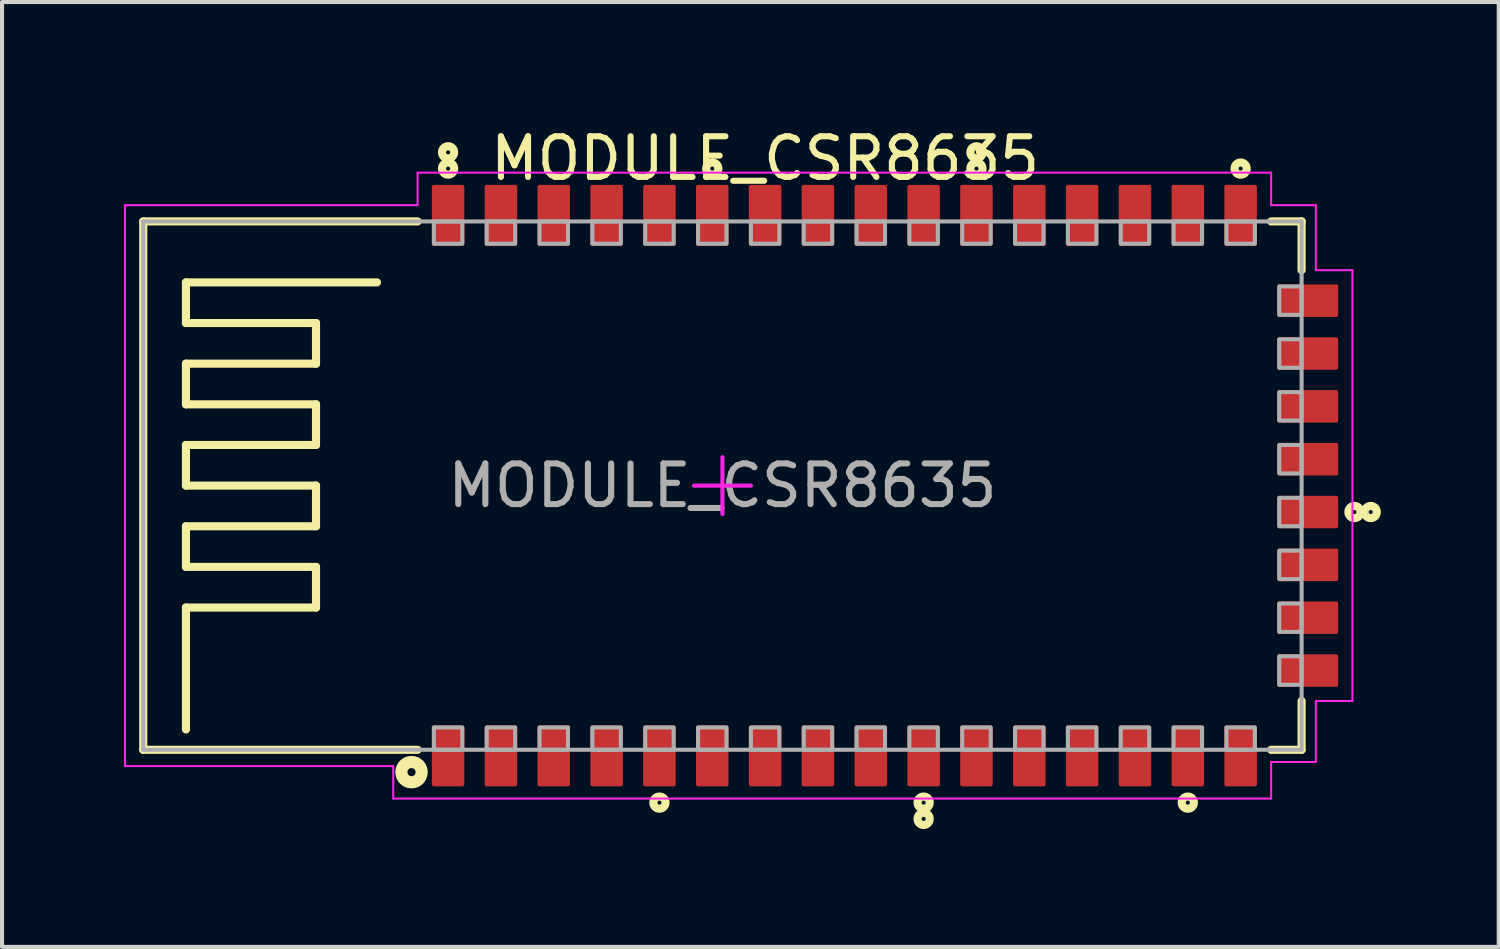
<source format=kicad_pcb>
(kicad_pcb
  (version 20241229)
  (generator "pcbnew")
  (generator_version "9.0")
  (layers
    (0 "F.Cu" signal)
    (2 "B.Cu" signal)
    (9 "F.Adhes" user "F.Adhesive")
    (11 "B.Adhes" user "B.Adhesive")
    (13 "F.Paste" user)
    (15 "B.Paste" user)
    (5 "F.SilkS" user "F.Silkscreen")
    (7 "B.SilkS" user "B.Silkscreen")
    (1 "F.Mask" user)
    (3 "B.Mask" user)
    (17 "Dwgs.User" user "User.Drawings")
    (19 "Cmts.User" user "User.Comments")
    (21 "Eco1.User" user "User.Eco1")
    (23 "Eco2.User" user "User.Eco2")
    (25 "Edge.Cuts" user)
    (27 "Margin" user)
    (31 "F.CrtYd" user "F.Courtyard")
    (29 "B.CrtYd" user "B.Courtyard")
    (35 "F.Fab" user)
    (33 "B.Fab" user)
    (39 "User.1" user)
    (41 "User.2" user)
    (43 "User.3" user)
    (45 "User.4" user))
  (footprint "MODULE_CSR8635"
    (layer "F.Cu")
    (at 14.725 8.898)
    (property "Reference" "MODULE_CSR8635" (at 1.05 -8.05 0) (layer "F.SilkS") (effects (font (size 1 1) (thickness 0.15))))
    (attr through_hole)
    (fp_line (start -14.25 -6.5) (end -7.5 -6.5) (stroke (width 0.2) (type solid)) (layer "F.SilkS"))
    (fp_line (start -14.25 6.5) (end -14.25 -6.5) (stroke (width 0.2) (type solid)) (layer "F.SilkS"))
    (fp_line (start -14.25 6.5) (end -7.5 6.5) (stroke (width 0.2) (type solid)) (layer "F.SilkS"))
    (fp_line (start -13.2 -5) (end -8.5 -5) (stroke (width 0.2) (type solid)) (layer "F.SilkS"))
    (fp_line (start -13.2 -4) (end -13.2 -5) (stroke (width 0.2) (type solid)) (layer "F.SilkS"))
    (fp_line (start -13.2 -3) (end -10 -3) (stroke (width 0.2) (type solid)) (layer "F.SilkS"))
    (fp_line (start -13.2 -2) (end -13.2 -3) (stroke (width 0.2) (type solid)) (layer "F.SilkS"))
    (fp_line (start -13.2 -1) (end -10 -1) (stroke (width 0.2) (type solid)) (layer "F.SilkS"))
    (fp_line (start -13.2 0) (end -13.2 -1) (stroke (width 0.2) (type solid)) (layer "F.SilkS"))
    (fp_line (start -13.2 0) (end -10 0) (stroke (width 0.2) (type solid)) (layer "F.SilkS"))
    (fp_line (start -13.2 1) (end -13.2 2) (stroke (width 0.2) (type solid)) (layer "F.SilkS"))
    (fp_line (start -13.2 2) (end -10 2) (stroke (width 0.2) (type solid)) (layer "F.SilkS"))
    (fp_line (start -13.2 3) (end -13.2 6) (stroke (width 0.2) (type solid)) (layer "F.SilkS"))
    (fp_line (start -10 -4) (end -13.2 -4) (stroke (width 0.2) (type solid)) (layer "F.SilkS"))
    (fp_line (start -10 -3) (end -10 -4) (stroke (width 0.2) (type solid)) (layer "F.SilkS"))
    (fp_line (start -10 -2) (end -13.2 -2) (stroke (width 0.2) (type solid)) (layer "F.SilkS"))
    (fp_line (start -10 -1) (end -10 -2) (stroke (width 0.2) (type solid)) (layer "F.SilkS"))
    (fp_line (start -10 0) (end -10 1) (stroke (width 0.2) (type solid)) (layer "F.SilkS"))
    (fp_line (start -10 1) (end -13.2 1) (stroke (width 0.2) (type solid)) (layer "F.SilkS"))
    (fp_line (start -10 2) (end -10 3) (stroke (width 0.2) (type solid)) (layer "F.SilkS"))
    (fp_line (start -10 3) (end -13.2 3) (stroke (width 0.2) (type solid)) (layer "F.SilkS"))
    (fp_line (start 13.5 -6.5) (end 14.25 -6.5) (stroke (width 0.2) (type solid)) (layer "F.SilkS"))
    (fp_line (start 14.25 -6.5) (end 14.25 -5.3) (stroke (width 0.2) (type solid)) (layer "F.SilkS"))
    (fp_line (start 14.25 6.5) (end 13.5 6.5) (stroke (width 0.2) (type solid)) (layer "F.SilkS"))
    (fp_line (start 14.25 6.5) (end 14.25 5.3) (stroke (width 0.2) (type solid)) (layer "F.SilkS"))
    (fp_circle (center -7.65 7.05) (end -7.55 7.05) (stroke (width 0.3) (type solid)) (fill no) (layer "F.SilkS"))
    (fp_circle (center -6.75 -8.2) (end -6.8 -8.2) (stroke (width 0.2) (type solid)) (fill no) (layer "F.SilkS"))
    (fp_circle (center -6.75 -7.8) (end -6.8 -7.8) (stroke (width 0.2) (type solid)) (fill no) (layer "F.SilkS"))
    (fp_circle (center -1.55 7.8) (end -1.5 7.8) (stroke (width 0.2) (type solid)) (fill no) (layer "F.SilkS"))
    (fp_circle (center -0.25 -7.8) (end -0.3 -7.8) (stroke (width 0.2) (type solid)) (fill no) (layer "F.SilkS"))
    (fp_circle (center 4.95 7.8) (end 5 7.8) (stroke (width 0.2) (type solid)) (fill no) (layer "F.SilkS"))
    (fp_circle (center 4.95 8.2) (end 5 8.2) (stroke (width 0.2) (type solid)) (fill no) (layer "F.SilkS"))
    (fp_circle (center 6.25 -8.2) (end 6.2 -8.2) (stroke (width 0.2) (type solid)) (fill no) (layer "F.SilkS"))
    (fp_circle (center 6.25 -7.8) (end 6.2 -7.8) (stroke (width 0.2) (type solid)) (fill no) (layer "F.SilkS"))
    (fp_circle (center 11.45 7.8) (end 11.5 7.8) (stroke (width 0.2) (type solid)) (fill no) (layer "F.SilkS"))
    (fp_circle (center 12.75 -7.8) (end 12.7 -7.8) (stroke (width 0.2) (type solid)) (fill no) (layer "F.SilkS"))
    (fp_circle (center 15.55 0.65) (end 15.55 0.6) (stroke (width 0.2) (type solid)) (fill no) (layer "F.SilkS"))
    (fp_circle (center 15.95 0.65) (end 15.95 0.6) (stroke (width 0.2) (type solid)) (fill no) (layer "F.SilkS"))
    (fp_line (start -14.7 -6.9) (end -7.5 -6.9) (stroke (width 0.05) (type solid)) (layer "F.CrtYd"))
    (fp_line (start -14.7 6.9) (end -14.7 -6.9) (stroke (width 0.05) (type solid)) (layer "F.CrtYd"))
    (fp_line (start -8.1 6.9) (end -14.7 6.9) (stroke (width 0.05) (type solid)) (layer "F.CrtYd"))
    (fp_line (start -8.1 7.7) (end -8.1 6.9) (stroke (width 0.05) (type solid)) (layer "F.CrtYd"))
    (fp_line (start -7.5 -7.7) (end 13.5 -7.7) (stroke (width 0.05) (type solid)) (layer "F.CrtYd"))
    (fp_line (start -7.5 -6.9) (end -7.5 -7.7) (stroke (width 0.05) (type solid)) (layer "F.CrtYd"))
    (fp_line (start 0 -0.7) (end 0 0.7) (stroke (width 0.1) (type solid)) (layer "F.CrtYd"))
    (fp_line (start 0.7 0) (end -0.7 0) (stroke (width 0.1) (type solid)) (layer "F.CrtYd"))
    (fp_line (start 13.5 -7.7) (end 13.5 -6.9) (stroke (width 0.05) (type solid)) (layer "F.CrtYd"))
    (fp_line (start 13.5 -6.9) (end 14.6 -6.9) (stroke (width 0.05) (type solid)) (layer "F.CrtYd"))
    (fp_line (start 13.5 6.8) (end 13.5 7.7) (stroke (width 0.05) (type solid)) (layer "F.CrtYd"))
    (fp_line (start 13.5 7.7) (end -8.1 7.7) (stroke (width 0.05) (type solid)) (layer "F.CrtYd"))
    (fp_line (start 14.6 -6.9) (end 14.6 -5.3) (stroke (width 0.05) (type solid)) (layer "F.CrtYd"))
    (fp_line (start 14.6 -5.3) (end 15.5 -5.3) (stroke (width 0.05) (type solid)) (layer "F.CrtYd"))
    (fp_line (start 14.6 5.3) (end 14.6 6.8) (stroke (width 0.05) (type solid)) (layer "F.CrtYd"))
    (fp_line (start 14.6 6.8) (end 13.5 6.8) (stroke (width 0.05) (type solid)) (layer "F.CrtYd"))
    (fp_line (start 15.5 -5.3) (end 15.5 5.3) (stroke (width 0.05) (type solid)) (layer "F.CrtYd"))
    (fp_line (start 15.5 5.3) (end 14.6 5.3) (stroke (width 0.05) (type solid)) (layer "F.CrtYd"))
    (fp_line (start -14.25 -6.5) (end -14.25 6.5) (stroke (width 0.1) (type solid)) (layer "F.Fab"))
    (fp_line (start -14.25 -6.5) (end 14.25 -6.5) (stroke (width 0.1) (type solid)) (layer "F.Fab"))
    (fp_line (start -14.25 6.5) (end 14.25 6.5) (stroke (width 0.1) (type solid)) (layer "F.Fab"))
    (fp_line (start 14.25 -6.5) (end 14.25 6.5) (stroke (width 0.1) (type solid)) (layer "F.Fab"))
    (fp_poly (pts (xy -7.1 -5.95) (xy -7.1 -6.5) (xy -6.4 -6.5) (xy -6.4 -5.95)) (stroke (width 0.1) (type solid)) (fill no) (layer "F.Fab"))
    (fp_poly (pts (xy -6.4 5.95) (xy -6.4 6.5) (xy -7.1 6.5) (xy -7.1 5.95)) (stroke (width 0.1) (type solid)) (fill no) (layer "F.Fab"))
    (fp_poly (pts (xy -5.8 -5.95) (xy -5.8 -6.5) (xy -5.1 -6.5) (xy -5.1 -5.95)) (stroke (width 0.1) (type solid)) (fill no) (layer "F.Fab"))
    (fp_poly (pts (xy -5.1 5.95) (xy -5.1 6.5) (xy -5.8 6.5) (xy -5.8 5.95)) (stroke (width 0.1) (type solid)) (fill no) (layer "F.Fab"))
    (fp_poly (pts (xy -4.5 -5.95) (xy -4.5 -6.5) (xy -3.8 -6.5) (xy -3.8 -5.95)) (stroke (width 0.1) (type solid)) (fill no) (layer "F.Fab"))
    (fp_poly (pts (xy -3.8 5.95) (xy -3.8 6.5) (xy -4.5 6.5) (xy -4.5 5.95)) (stroke (width 0.1) (type solid)) (fill no) (layer "F.Fab"))
    (fp_poly (pts (xy -3.2 -5.95) (xy -3.2 -6.5) (xy -2.5 -6.5) (xy -2.5 -5.95)) (stroke (width 0.1) (type solid)) (fill no) (layer "F.Fab"))
    (fp_poly (pts (xy -2.5 5.95) (xy -2.5 6.5) (xy -3.2 6.5) (xy -3.2 5.95)) (stroke (width 0.1) (type solid)) (fill no) (layer "F.Fab"))
    (fp_poly (pts (xy -1.9 -5.95) (xy -1.9 -6.5) (xy -1.2 -6.5) (xy -1.2 -5.95)) (stroke (width 0.1) (type solid)) (fill no) (layer "F.Fab"))
    (fp_poly (pts (xy -1.2 5.95) (xy -1.2 6.5) (xy -1.9 6.5) (xy -1.9 5.95)) (stroke (width 0.1) (type solid)) (fill no) (layer "F.Fab"))
    (fp_poly (pts (xy -0.6 -5.95) (xy -0.6 -6.5) (xy 0.1 -6.5) (xy 0.1 -5.95)) (stroke (width 0.1) (type solid)) (fill no) (layer "F.Fab"))
    (fp_poly (pts (xy 0.1 5.95) (xy 0.1 6.5) (xy -0.6 6.5) (xy -0.6 5.95)) (stroke (width 0.1) (type solid)) (fill no) (layer "F.Fab"))
    (fp_poly (pts (xy 0.7 -5.95) (xy 0.7 -6.5) (xy 1.4 -6.5) (xy 1.4 -5.95)) (stroke (width 0.1) (type solid)) (fill no) (layer "F.Fab"))
    (fp_poly (pts (xy 1.4 5.95) (xy 1.4 6.5) (xy 0.7 6.5) (xy 0.7 5.95)) (stroke (width 0.1) (type solid)) (fill no) (layer "F.Fab"))
    (fp_poly (pts (xy 2 -5.95) (xy 2 -6.5) (xy 2.7 -6.5) (xy 2.7 -5.95)) (stroke (width 0.1) (type solid)) (fill no) (layer "F.Fab"))
    (fp_poly (pts (xy 2.7 5.95) (xy 2.7 6.5) (xy 2 6.5) (xy 2 5.95)) (stroke (width 0.1) (type solid)) (fill no) (layer "F.Fab"))
    (fp_poly (pts (xy 3.3 -5.95) (xy 3.3 -6.5) (xy 4 -6.5) (xy 4 -5.95)) (stroke (width 0.1) (type solid)) (fill no) (layer "F.Fab"))
    (fp_poly (pts (xy 4 5.95) (xy 4 6.5) (xy 3.3 6.5) (xy 3.3 5.95)) (stroke (width 0.1) (type solid)) (fill no) (layer "F.Fab"))
    (fp_poly (pts (xy 4.6 -5.95) (xy 4.6 -6.5) (xy 5.3 -6.5) (xy 5.3 -5.95)) (stroke (width 0.1) (type solid)) (fill no) (layer "F.Fab"))
    (fp_poly (pts (xy 5.3 5.95) (xy 5.3 6.5) (xy 4.6 6.5) (xy 4.6 5.95)) (stroke (width 0.1) (type solid)) (fill no) (layer "F.Fab"))
    (fp_poly (pts (xy 5.9 -5.95) (xy 5.9 -6.5) (xy 6.6 -6.5) (xy 6.6 -5.95)) (stroke (width 0.1) (type solid)) (fill no) (layer "F.Fab"))
    (fp_poly (pts (xy 6.6 5.95) (xy 6.6 6.5) (xy 5.9 6.5) (xy 5.9 5.95)) (stroke (width 0.1) (type solid)) (fill no) (layer "F.Fab"))
    (fp_poly (pts (xy 7.2 -5.95) (xy 7.2 -6.5) (xy 7.9 -6.5) (xy 7.9 -5.95)) (stroke (width 0.1) (type solid)) (fill no) (layer "F.Fab"))
    (fp_poly (pts (xy 7.9 5.95) (xy 7.9 6.5) (xy 7.2 6.5) (xy 7.2 5.95)) (stroke (width 0.1) (type solid)) (fill no) (layer "F.Fab"))
    (fp_poly (pts (xy 8.5 -5.95) (xy 8.5 -6.5) (xy 9.2 -6.5) (xy 9.2 -5.95)) (stroke (width 0.1) (type solid)) (fill no) (layer "F.Fab"))
    (fp_poly (pts (xy 9.2 5.95) (xy 9.2 6.5) (xy 8.5 6.5) (xy 8.5 5.95)) (stroke (width 0.1) (type solid)) (fill no) (layer "F.Fab"))
    (fp_poly (pts (xy 9.8 -5.95) (xy 9.8 -6.5) (xy 10.5 -6.5) (xy 10.5 -5.95)) (stroke (width 0.1) (type solid)) (fill no) (layer "F.Fab"))
    (fp_poly (pts (xy 10.5 5.95) (xy 10.5 6.5) (xy 9.8 6.5) (xy 9.8 5.95)) (stroke (width 0.1) (type solid)) (fill no) (layer "F.Fab"))
    (fp_poly (pts (xy 11.1 -5.95) (xy 11.1 -6.5) (xy 11.8 -6.5) (xy 11.8 -5.95)) (stroke (width 0.1) (type solid)) (fill no) (layer "F.Fab"))
    (fp_poly (pts (xy 11.8 5.95) (xy 11.8 6.5) (xy 11.1 6.5) (xy 11.1 5.95)) (stroke (width 0.1) (type solid)) (fill no) (layer "F.Fab"))
    (fp_poly (pts (xy 12.4 -5.95) (xy 12.4 -6.5) (xy 13.1 -6.5) (xy 13.1 -5.95)) (stroke (width 0.1) (type solid)) (fill no) (layer "F.Fab"))
    (fp_poly (pts (xy 13.1 5.95) (xy 13.1 6.5) (xy 12.4 6.5) (xy 12.4 5.95)) (stroke (width 0.1) (type solid)) (fill no) (layer "F.Fab"))
    (fp_poly (pts (xy 13.7 -4.9) (xy 14.25 -4.9) (xy 14.25 -4.2) (xy 13.7 -4.2)) (stroke (width 0.1) (type solid)) (fill no) (layer "F.Fab"))
    (fp_poly (pts (xy 13.7 -3.6) (xy 14.25 -3.6) (xy 14.25 -2.9) (xy 13.7 -2.9)) (stroke (width 0.1) (type solid)) (fill no) (layer "F.Fab"))
    (fp_poly (pts (xy 13.7 -2.3) (xy 14.25 -2.3) (xy 14.25 -1.6) (xy 13.7 -1.6)) (stroke (width 0.1) (type solid)) (fill no) (layer "F.Fab"))
    (fp_poly (pts (xy 13.7 -1) (xy 14.25 -1) (xy 14.25 -0.3) (xy 13.7 -0.3)) (stroke (width 0.1) (type solid)) (fill no) (layer "F.Fab"))
    (fp_poly (pts (xy 13.7 0.3) (xy 14.25 0.3) (xy 14.25 1) (xy 13.7 1)) (stroke (width 0.1) (type solid)) (fill no) (layer "F.Fab"))
    (fp_poly (pts (xy 13.7 1.6) (xy 14.25 1.6) (xy 14.25 2.3) (xy 13.7 2.3)) (stroke (width 0.1) (type solid)) (fill no) (layer "F.Fab"))
    (fp_poly (pts (xy 13.7 2.9) (xy 14.25 2.9) (xy 14.25 3.6) (xy 13.7 3.6)) (stroke (width 0.1) (type solid)) (fill no) (layer "F.Fab"))
    (fp_poly (pts (xy 13.7 4.2) (xy 14.25 4.2) (xy 14.25 4.9) (xy 13.7 4.9)) (stroke (width 0.1) (type solid)) (fill no) (layer "F.Fab"))
    (fp_text user "${REFERENCE}" (at 0 0 0) (layer "F.Fab") (effects (font (size 1 1) (thickness 0.15))))
    (pad "1" smd roundrect (at -6.75 6.65) (size 0.8 1.5) (layers "F.Cu" "F.Mask" "F.Paste") (roundrect_rratio 0.062))
    (pad "2" smd roundrect (at -5.45 6.65) (size 0.8 1.5) (layers "F.Cu" "F.Mask" "F.Paste") (roundrect_rratio 0.062))
    (pad "3" smd roundrect (at -4.15 6.65) (size 0.8 1.5) (layers "F.Cu" "F.Mask" "F.Paste") (roundrect_rratio 0.062))
    (pad "4" smd roundrect (at -2.85 6.65) (size 0.8 1.5) (layers "F.Cu" "F.Mask" "F.Paste") (roundrect_rratio 0.062))
    (pad "5" smd roundrect (at -1.55 6.65) (size 0.8 1.5) (layers "F.Cu" "F.Mask" "F.Paste") (roundrect_rratio 0.062))
    (pad "6" smd roundrect (at -0.25 6.65) (size 0.8 1.5) (layers "F.Cu" "F.Mask" "F.Paste") (roundrect_rratio 0.062))
    (pad "7" smd roundrect (at 1.05 6.65) (size 0.8 1.5) (layers "F.Cu" "F.Mask" "F.Paste") (roundrect_rratio 0.062))
    (pad "8" smd roundrect (at 2.35 6.65) (size 0.8 1.5) (layers "F.Cu" "F.Mask" "F.Paste") (roundrect_rratio 0.062))
    (pad "9" smd roundrect (at 3.65 6.65) (size 0.8 1.5) (layers "F.Cu" "F.Mask" "F.Paste") (roundrect_rratio 0.062))
    (pad "10" smd roundrect (at 4.95 6.65) (size 0.8 1.5) (layers "F.Cu" "F.Mask" "F.Paste") (roundrect_rratio 0.062))
    (pad "11" smd roundrect (at 6.25 6.65) (size 0.8 1.5) (layers "F.Cu" "F.Mask" "F.Paste") (roundrect_rratio 0.062))
    (pad "12" smd roundrect (at 7.55 6.65) (size 0.8 1.5) (layers "F.Cu" "F.Mask" "F.Paste") (roundrect_rratio 0.062))
    (pad "13" smd roundrect (at 8.85 6.65) (size 0.8 1.5) (layers "F.Cu" "F.Mask" "F.Paste") (roundrect_rratio 0.062))
    (pad "14" smd roundrect (at 10.15 6.65) (size 0.8 1.5) (layers "F.Cu" "F.Mask" "F.Paste") (roundrect_rratio 0.062))
    (pad "15" smd roundrect (at 11.45 6.65) (size 0.8 1.5) (layers "F.Cu" "F.Mask" "F.Paste") (roundrect_rratio 0.062))
    (pad "16" smd roundrect (at 12.75 6.65) (size 0.8 1.5) (layers "F.Cu" "F.Mask" "F.Paste") (roundrect_rratio 0.062))
    (pad "17" smd roundrect (at 14.4 4.55 90) (size 0.8 1.5) (layers "F.Cu" "F.Mask" "F.Paste") (roundrect_rratio 0.062))
    (pad "18" smd roundrect (at 14.4 3.25 90) (size 0.8 1.5) (layers "F.Cu" "F.Mask" "F.Paste") (roundrect_rratio 0.062))
    (pad "19" smd roundrect (at 14.4 1.95 90) (size 0.8 1.5) (layers "F.Cu" "F.Mask" "F.Paste") (roundrect_rratio 0.062))
    (pad "20" smd roundrect (at 14.4 0.65 90) (size 0.8 1.5) (layers "F.Cu" "F.Mask" "F.Paste") (roundrect_rratio 0.062))
    (pad "21" smd roundrect (at 14.4 -0.65 90) (size 0.8 1.5) (layers "F.Cu" "F.Mask" "F.Paste") (roundrect_rratio 0.062))
    (pad "22" smd roundrect (at 14.4 -1.95 90) (size 0.8 1.5) (layers "F.Cu" "F.Mask" "F.Paste") (roundrect_rratio 0.062))
    (pad "23" smd roundrect (at 14.4 -3.25 90) (size 0.8 1.5) (layers "F.Cu" "F.Mask" "F.Paste") (roundrect_rratio 0.062))
    (pad "24" smd roundrect (at 14.4 -4.55 90) (size 0.8 1.5) (layers "F.Cu" "F.Mask" "F.Paste") (roundrect_rratio 0.062))
    (pad "25" smd roundrect (at 12.75 -6.65 180) (size 0.8 1.5) (layers "F.Cu" "F.Mask" "F.Paste") (roundrect_rratio 0.062))
    (pad "26" smd roundrect (at 11.45 -6.65) (size 0.8 1.5) (layers "F.Cu" "F.Mask" "F.Paste") (roundrect_rratio 0.062))
    (pad "27" smd roundrect (at 10.15 -6.65) (size 0.8 1.5) (layers "F.Cu" "F.Mask" "F.Paste") (roundrect_rratio 0.062))
    (pad "28" smd roundrect (at 8.85 -6.65) (size 0.8 1.5) (layers "F.Cu" "F.Mask" "F.Paste") (roundrect_rratio 0.062))
    (pad "29" smd roundrect (at 7.55 -6.65) (size 0.8 1.5) (layers "F.Cu" "F.Mask" "F.Paste") (roundrect_rratio 0.062))
    (pad "30" smd roundrect (at 6.25 -6.65) (size 0.8 1.5) (layers "F.Cu" "F.Mask" "F.Paste") (roundrect_rratio 0.062))
    (pad "31" smd roundrect (at 4.95 -6.65) (size 0.8 1.5) (layers "F.Cu" "F.Mask" "F.Paste") (roundrect_rratio 0.062))
    (pad "32" smd roundrect (at 3.65 -6.65) (size 0.8 1.5) (layers "F.Cu" "F.Mask" "F.Paste") (roundrect_rratio 0.062))
    (pad "33" smd roundrect (at 2.35 -6.65) (size 0.8 1.5) (layers "F.Cu" "F.Mask" "F.Paste") (roundrect_rratio 0.062))
    (pad "34" smd roundrect (at 1.05 -6.65) (size 0.8 1.5) (layers "F.Cu" "F.Mask" "F.Paste") (roundrect_rratio 0.062))
    (pad "35" smd roundrect (at -0.25 -6.65) (size 0.8 1.5) (layers "F.Cu" "F.Mask" "F.Paste") (roundrect_rratio 0.062))
    (pad "36" smd roundrect (at -1.55 -6.65) (size 0.8 1.5) (layers "F.Cu" "F.Mask" "F.Paste") (roundrect_rratio 0.062))
    (pad "37" smd roundrect (at -2.85 -6.65) (size 0.8 1.5) (layers "F.Cu" "F.Mask" "F.Paste") (roundrect_rratio 0.062))
    (pad "38" smd roundrect (at -4.15 -6.65) (size 0.8 1.5) (layers "F.Cu" "F.Mask" "F.Paste") (roundrect_rratio 0.062))
    (pad "39" smd roundrect (at -5.45 -6.65) (size 0.8 1.5) (layers "F.Cu" "F.Mask" "F.Paste") (roundrect_rratio 0.062))
    (pad "40" smd roundrect (at -6.75 -6.65) (size 0.8 1.5) (layers "F.Cu" "F.Mask" "F.Paste") (roundrect_rratio 0.062)))
  (gr_rect
    (start -3 -3)
    (end 33.825 20.248)
    (stroke (width 0.1) (type default))
    (fill no)
    (layer "Edge.Cuts")))
</source>
